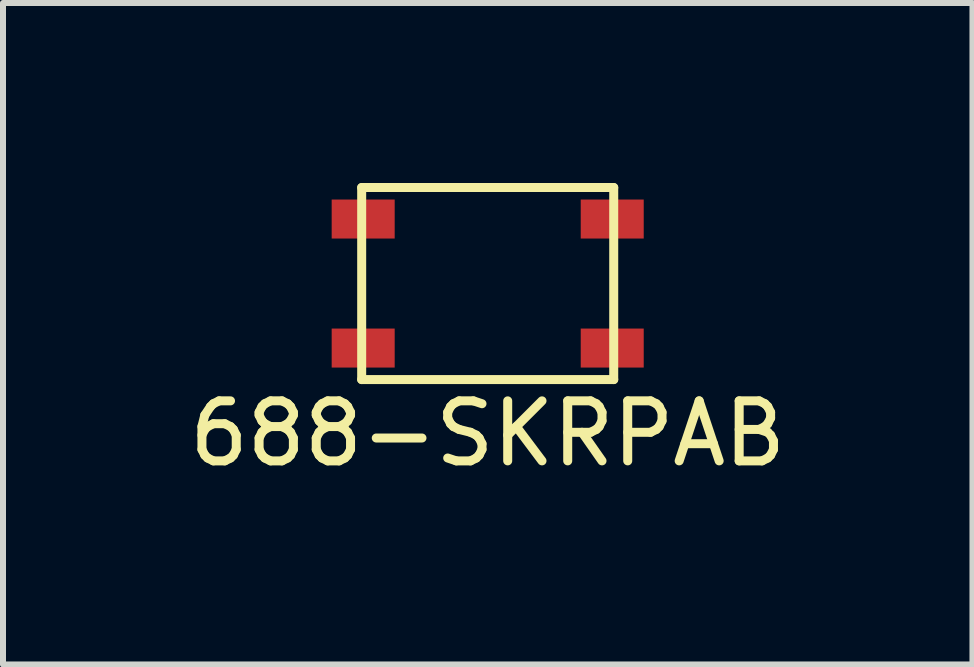
<source format=kicad_pcb>
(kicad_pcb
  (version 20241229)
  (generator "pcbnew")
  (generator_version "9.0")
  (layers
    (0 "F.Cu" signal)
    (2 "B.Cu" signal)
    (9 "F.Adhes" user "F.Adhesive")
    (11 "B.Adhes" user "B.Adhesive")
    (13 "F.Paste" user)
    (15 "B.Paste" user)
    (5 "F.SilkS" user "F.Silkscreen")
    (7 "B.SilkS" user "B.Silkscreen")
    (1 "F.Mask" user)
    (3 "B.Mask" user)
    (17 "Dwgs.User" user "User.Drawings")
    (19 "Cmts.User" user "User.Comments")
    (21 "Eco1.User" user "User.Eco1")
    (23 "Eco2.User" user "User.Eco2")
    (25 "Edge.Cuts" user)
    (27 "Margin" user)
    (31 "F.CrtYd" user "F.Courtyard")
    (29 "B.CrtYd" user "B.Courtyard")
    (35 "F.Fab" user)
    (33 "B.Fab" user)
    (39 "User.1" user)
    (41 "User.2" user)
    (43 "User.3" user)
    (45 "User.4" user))
  (footprint "688-SKRPAB"
    (layer "F.Cu")
    (at 5.077 1.675)
    (property "Reference" "688-SKRPAB" (at 0 2.5 0) (layer "F.SilkS") (effects (font (size 1 1) (thickness 0.15))))
    (attr through_hole)
    (fp_line (start -2.1 -1.6) (end -2.1 1.6) (stroke (width 0.15) (type solid)) (layer "F.SilkS"))
    (fp_line (start -2.1 1.6) (end 2.1 1.6) (stroke (width 0.15) (type solid)) (layer "F.SilkS"))
    (fp_line (start 2.1 -1.6) (end -2.1 -1.6) (stroke (width 0.15) (type solid)) (layer "F.SilkS"))
    (fp_line (start 2.1 1.6) (end 2.1 -1.6) (stroke (width 0.15) (type solid)) (layer "F.SilkS"))
    (pad "1" smd rect (at -2.075 -1.075) (size 1.05 0.65) (layers "F.Cu" "F.Mask" "F.Paste"))
    (pad "2" smd rect (at 2.075 -1.075) (size 1.05 0.65) (layers "F.Cu" "F.Mask" "F.Paste"))
    (pad "3" smd rect (at -2.075 1.075) (size 1.05 0.65) (layers "F.Cu" "F.Mask" "F.Paste"))
    (pad "4" smd rect (at 2.075 1.075) (size 1.05 0.65) (layers "F.Cu" "F.Mask" "F.Paste")))
  (gr_rect
    (start -3 -3)
    (end 13.155 8.023)
    (stroke (width 0.1) (type default))
    (fill no)
    (layer "Edge.Cuts")))
</source>
